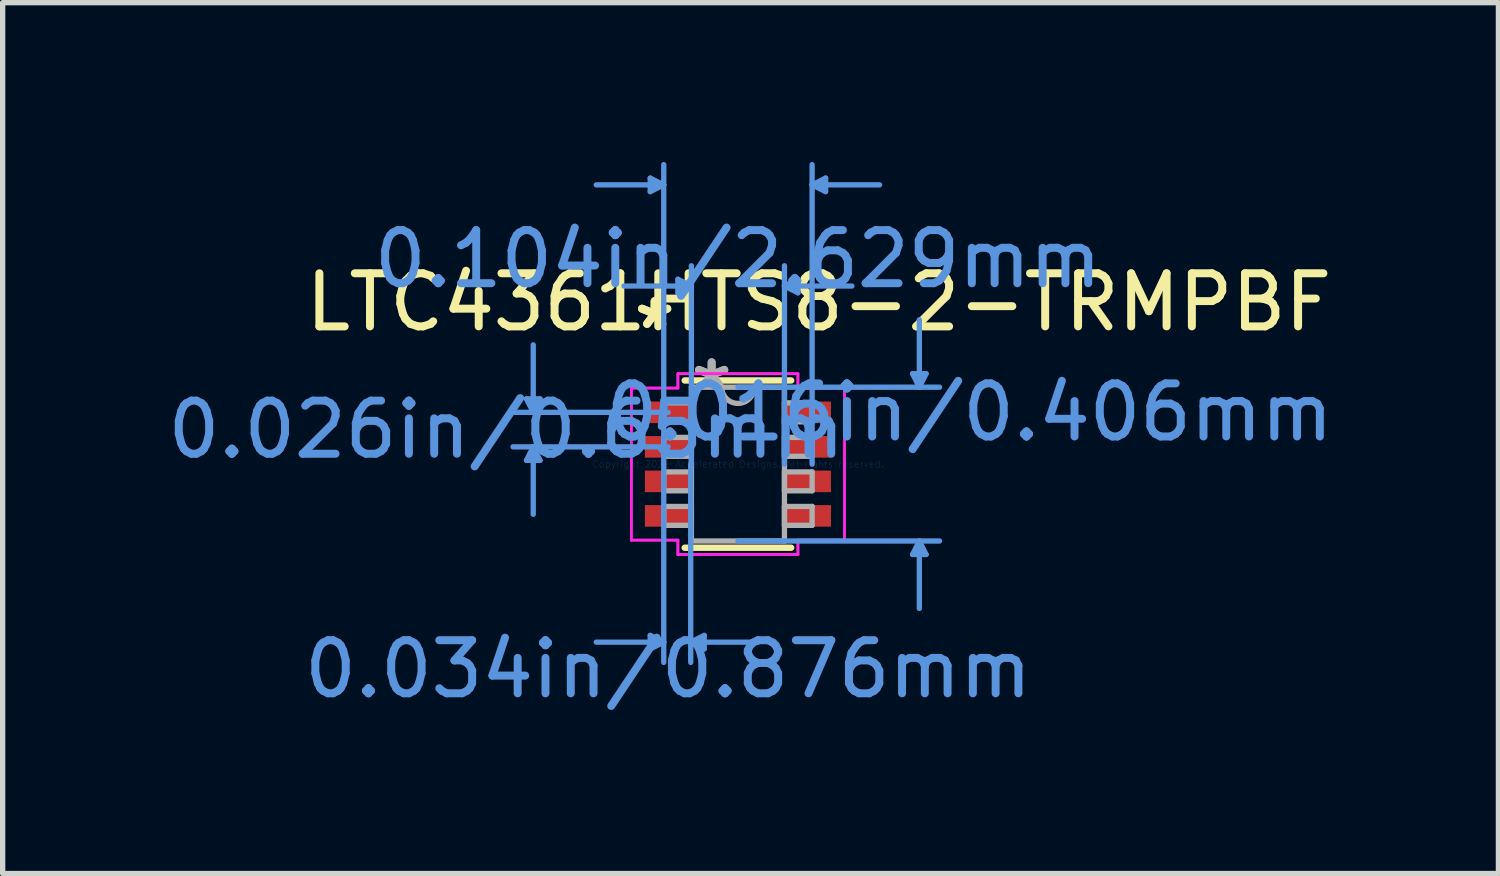
<source format=kicad_pcb>
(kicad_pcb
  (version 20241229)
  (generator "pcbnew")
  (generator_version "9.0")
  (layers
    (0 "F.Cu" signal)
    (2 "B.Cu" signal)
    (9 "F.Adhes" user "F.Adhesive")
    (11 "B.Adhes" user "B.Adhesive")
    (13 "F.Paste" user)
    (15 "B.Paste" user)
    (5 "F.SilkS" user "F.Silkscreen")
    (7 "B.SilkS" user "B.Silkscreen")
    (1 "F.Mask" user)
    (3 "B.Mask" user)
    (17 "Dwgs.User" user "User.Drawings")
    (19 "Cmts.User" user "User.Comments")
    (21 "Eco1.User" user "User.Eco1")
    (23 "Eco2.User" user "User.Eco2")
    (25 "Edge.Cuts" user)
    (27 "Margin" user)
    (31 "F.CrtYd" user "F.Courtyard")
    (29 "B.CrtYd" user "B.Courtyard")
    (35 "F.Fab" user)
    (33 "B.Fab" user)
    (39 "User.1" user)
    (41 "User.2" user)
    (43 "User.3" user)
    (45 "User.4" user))
  (footprint "LTC4361HTS8-2-TRMPBF"
    (layer "F.Cu")
    (at 10.845 5.689)
    (property "Reference" "LTC4361HTS8-2-TRMPBF" (at 1.524 -3.048 0) (layer "F.SilkS") (effects (font (size 1 1) (thickness 0.15))))
    (attr through_hole)
    (fp_line (start -1.003 1.575) (end 1.003 1.575) (stroke (width 0.12) (type solid)) (layer "F.SilkS"))
    (fp_line (start 1.003 -1.575) (end -1.003 -1.575) (stroke (width 0.12) (type solid)) (layer "F.SilkS"))
    (fp_line (start -3.981 -1.229) (end -3.727 -1.229) (stroke (width 0.1) (type solid)) (layer "Cmts.User"))
    (fp_line (start -3.981 -0.071) (end -3.727 -0.071) (stroke (width 0.1) (type solid)) (layer "Cmts.User"))
    (fp_line (start -3.854 -0.975) (end -3.981 -1.229) (stroke (width 0.1) (type solid)) (layer "Cmts.User"))
    (fp_line (start -3.854 -0.975) (end -3.854 -2.245) (stroke (width 0.1) (type solid)) (layer "Cmts.User"))
    (fp_line (start -3.854 -0.975) (end -3.727 -1.229) (stroke (width 0.1) (type solid)) (layer "Cmts.User"))
    (fp_line (start -3.854 -0.325) (end -3.981 -0.071) (stroke (width 0.1) (type solid)) (layer "Cmts.User"))
    (fp_line (start -3.854 -0.325) (end -3.854 0.945) (stroke (width 0.1) (type solid)) (layer "Cmts.User"))
    (fp_line (start -3.854 -0.325) (end -3.727 -0.071) (stroke (width 0.1) (type solid)) (layer "Cmts.User"))
    (fp_line (start -1.651 -5.385) (end -1.651 -5.131) (stroke (width 0.1) (type solid)) (layer "Cmts.User"))
    (fp_line (start -1.651 3.226) (end -1.651 3.48) (stroke (width 0.1) (type solid)) (layer "Cmts.User"))
    (fp_line (start -1.397 -5.258) (end -2.667 -5.258) (stroke (width 0.1) (type solid)) (layer "Cmts.User"))
    (fp_line (start -1.397 -5.258) (end -1.651 -5.385) (stroke (width 0.1) (type solid)) (layer "Cmts.User"))
    (fp_line (start -1.397 -5.258) (end -1.651 -5.131) (stroke (width 0.1) (type solid)) (layer "Cmts.User"))
    (fp_line (start -1.397 0) (end -1.397 -5.639) (stroke (width 0.1) (type solid)) (layer "Cmts.User"))
    (fp_line (start -1.397 0) (end -1.397 3.734) (stroke (width 0.1) (type solid)) (layer "Cmts.User"))
    (fp_line (start -1.397 3.353) (end -2.667 3.353) (stroke (width 0.1) (type solid)) (layer "Cmts.User"))
    (fp_line (start -1.397 3.353) (end -1.651 3.226) (stroke (width 0.1) (type solid)) (layer "Cmts.User"))
    (fp_line (start -1.397 3.353) (end -1.651 3.48) (stroke (width 0.1) (type solid)) (layer "Cmts.User"))
    (fp_line (start -1.314 -0.975) (end -4.235 -0.975) (stroke (width 0.1) (type solid)) (layer "Cmts.User"))
    (fp_line (start -1.314 -0.325) (end -4.235 -0.325) (stroke (width 0.1) (type solid)) (layer "Cmts.User"))
    (fp_line (start -1.13 -3.48) (end -1.13 -3.226) (stroke (width 0.1) (type solid)) (layer "Cmts.User"))
    (fp_line (start -0.889 0) (end -0.889 3.734) (stroke (width 0.1) (type solid)) (layer "Cmts.User"))
    (fp_line (start -0.889 3.353) (end -0.635 3.226) (stroke (width 0.1) (type solid)) (layer "Cmts.User"))
    (fp_line (start -0.889 3.353) (end -0.635 3.48) (stroke (width 0.1) (type solid)) (layer "Cmts.User"))
    (fp_line (start -0.889 3.353) (end 0.381 3.353) (stroke (width 0.1) (type solid)) (layer "Cmts.User"))
    (fp_line (start -0.876 -3.353) (end -2.146 -3.353) (stroke (width 0.1) (type solid)) (layer "Cmts.User"))
    (fp_line (start -0.876 -3.353) (end -1.13 -3.48) (stroke (width 0.1) (type solid)) (layer "Cmts.User"))
    (fp_line (start -0.876 -3.353) (end -1.13 -3.226) (stroke (width 0.1) (type solid)) (layer "Cmts.User"))
    (fp_line (start -0.876 0) (end -0.876 -3.734) (stroke (width 0.1) (type solid)) (layer "Cmts.User"))
    (fp_line (start -0.635 3.226) (end -0.635 3.48) (stroke (width 0.1) (type solid)) (layer "Cmts.User"))
    (fp_line (start 0 -1.448) (end 3.797 -1.448) (stroke (width 0.1) (type solid)) (layer "Cmts.User"))
    (fp_line (start 0 1.448) (end 3.797 1.448) (stroke (width 0.1) (type solid)) (layer "Cmts.User"))
    (fp_line (start 0.876 -3.353) (end 1.13 -3.48) (stroke (width 0.1) (type solid)) (layer "Cmts.User"))
    (fp_line (start 0.876 -3.353) (end 1.13 -3.226) (stroke (width 0.1) (type solid)) (layer "Cmts.User"))
    (fp_line (start 0.876 -3.353) (end 2.146 -3.353) (stroke (width 0.1) (type solid)) (layer "Cmts.User"))
    (fp_line (start 0.876 0) (end 0.876 -3.734) (stroke (width 0.1) (type solid)) (layer "Cmts.User"))
    (fp_line (start 1.13 -3.48) (end 1.13 -3.226) (stroke (width 0.1) (type solid)) (layer "Cmts.User"))
    (fp_line (start 1.397 -5.258) (end 1.651 -5.385) (stroke (width 0.1) (type solid)) (layer "Cmts.User"))
    (fp_line (start 1.397 -5.258) (end 1.651 -5.131) (stroke (width 0.1) (type solid)) (layer "Cmts.User"))
    (fp_line (start 1.397 -5.258) (end 2.667 -5.258) (stroke (width 0.1) (type solid)) (layer "Cmts.User"))
    (fp_line (start 1.397 0) (end 1.397 -5.639) (stroke (width 0.1) (type solid)) (layer "Cmts.User"))
    (fp_line (start 1.651 -5.385) (end 1.651 -5.131) (stroke (width 0.1) (type solid)) (layer "Cmts.User"))
    (fp_line (start 3.289 -1.702) (end 3.543 -1.702) (stroke (width 0.1) (type solid)) (layer "Cmts.User"))
    (fp_line (start 3.289 1.702) (end 3.543 1.702) (stroke (width 0.1) (type solid)) (layer "Cmts.User"))
    (fp_line (start 3.416 -1.448) (end 3.289 -1.702) (stroke (width 0.1) (type solid)) (layer "Cmts.User"))
    (fp_line (start 3.416 -1.448) (end 3.416 -2.718) (stroke (width 0.1) (type solid)) (layer "Cmts.User"))
    (fp_line (start 3.416 -1.448) (end 3.543 -1.702) (stroke (width 0.1) (type solid)) (layer "Cmts.User"))
    (fp_line (start 3.416 1.448) (end 3.289 1.702) (stroke (width 0.1) (type solid)) (layer "Cmts.User"))
    (fp_line (start 3.416 1.448) (end 3.416 2.718) (stroke (width 0.1) (type solid)) (layer "Cmts.User"))
    (fp_line (start 3.416 1.448) (end 3.543 1.702) (stroke (width 0.1) (type solid)) (layer "Cmts.User"))
    (fp_line (start -2.007 -1.432) (end -1.13 -1.432) (stroke (width 0.05) (type solid)) (layer "F.CrtYd"))
    (fp_line (start -2.007 -1.432) (end -1.13 -1.432) (stroke (width 0.05) (type solid)) (layer "F.CrtYd"))
    (fp_line (start -2.007 1.432) (end -2.007 -1.432) (stroke (width 0.05) (type solid)) (layer "F.CrtYd"))
    (fp_line (start -2.007 1.432) (end -2.007 -1.432) (stroke (width 0.05) (type solid)) (layer "F.CrtYd"))
    (fp_line (start -2.007 1.432) (end -1.13 1.432) (stroke (width 0.05) (type solid)) (layer "F.CrtYd"))
    (fp_line (start -1.13 -1.702) (end 1.13 -1.702) (stroke (width 0.05) (type solid)) (layer "F.CrtYd"))
    (fp_line (start -1.13 -1.702) (end 1.13 -1.702) (stroke (width 0.05) (type solid)) (layer "F.CrtYd"))
    (fp_line (start -1.13 -1.432) (end -1.13 -1.702) (stroke (width 0.05) (type solid)) (layer "F.CrtYd"))
    (fp_line (start -1.13 -1.432) (end -1.13 -1.702) (stroke (width 0.05) (type solid)) (layer "F.CrtYd"))
    (fp_line (start -1.13 1.432) (end -2.007 1.432) (stroke (width 0.05) (type solid)) (layer "F.CrtYd"))
    (fp_line (start -1.13 1.702) (end -1.13 1.432) (stroke (width 0.05) (type solid)) (layer "F.CrtYd"))
    (fp_line (start -1.13 1.702) (end -1.13 1.432) (stroke (width 0.05) (type solid)) (layer "F.CrtYd"))
    (fp_line (start 1.13 -1.702) (end 1.13 -1.432) (stroke (width 0.05) (type solid)) (layer "F.CrtYd"))
    (fp_line (start 1.13 -1.702) (end 1.13 -1.432) (stroke (width 0.05) (type solid)) (layer "F.CrtYd"))
    (fp_line (start 1.13 -1.432) (end 2.007 -1.432) (stroke (width 0.05) (type solid)) (layer "F.CrtYd"))
    (fp_line (start 1.13 1.432) (end 1.13 1.702) (stroke (width 0.05) (type solid)) (layer "F.CrtYd"))
    (fp_line (start 1.13 1.432) (end 1.13 1.702) (stroke (width 0.05) (type solid)) (layer "F.CrtYd"))
    (fp_line (start 1.13 1.702) (end -1.13 1.702) (stroke (width 0.05) (type solid)) (layer "F.CrtYd"))
    (fp_line (start 1.13 1.702) (end -1.13 1.702) (stroke (width 0.05) (type solid)) (layer "F.CrtYd"))
    (fp_line (start 2.007 -1.432) (end 1.13 -1.432) (stroke (width 0.05) (type solid)) (layer "F.CrtYd"))
    (fp_line (start 2.007 -1.432) (end 2.007 1.432) (stroke (width 0.05) (type solid)) (layer "F.CrtYd"))
    (fp_line (start 2.007 -1.432) (end 2.007 1.432) (stroke (width 0.05) (type solid)) (layer "F.CrtYd"))
    (fp_line (start 2.007 1.432) (end 1.13 1.432) (stroke (width 0.05) (type solid)) (layer "F.CrtYd"))
    (fp_line (start 2.007 1.432) (end 1.13 1.432) (stroke (width 0.05) (type solid)) (layer "F.CrtYd"))
    (fp_line (start -1.397 -1.153) (end -1.397 -0.797) (stroke (width 0.1) (type solid)) (layer "F.Fab"))
    (fp_line (start -1.397 -0.797) (end -0.876 -0.797) (stroke (width 0.1) (type solid)) (layer "F.Fab"))
    (fp_line (start -1.397 -0.503) (end -1.397 -0.147) (stroke (width 0.1) (type solid)) (layer "F.Fab"))
    (fp_line (start -1.397 -0.147) (end -0.876 -0.147) (stroke (width 0.1) (type solid)) (layer "F.Fab"))
    (fp_line (start -1.397 0.147) (end -1.397 0.503) (stroke (width 0.1) (type solid)) (layer "F.Fab"))
    (fp_line (start -1.397 0.503) (end -0.876 0.503) (stroke (width 0.1) (type solid)) (layer "F.Fab"))
    (fp_line (start -1.397 0.797) (end -1.397 1.153) (stroke (width 0.1) (type solid)) (layer "F.Fab"))
    (fp_line (start -1.397 1.153) (end -0.876 1.153) (stroke (width 0.1) (type solid)) (layer "F.Fab"))
    (fp_line (start -0.876 -1.448) (end -0.876 1.448) (stroke (width 0.1) (type solid)) (layer "F.Fab"))
    (fp_line (start -0.876 -1.153) (end -1.397 -1.153) (stroke (width 0.1) (type solid)) (layer "F.Fab"))
    (fp_line (start -0.876 -0.797) (end -0.876 -1.153) (stroke (width 0.1) (type solid)) (layer "F.Fab"))
    (fp_line (start -0.876 -0.503) (end -1.397 -0.503) (stroke (width 0.1) (type solid)) (layer "F.Fab"))
    (fp_line (start -0.876 -0.147) (end -0.876 -0.503) (stroke (width 0.1) (type solid)) (layer "F.Fab"))
    (fp_line (start -0.876 0.147) (end -1.397 0.147) (stroke (width 0.1) (type solid)) (layer "F.Fab"))
    (fp_line (start -0.876 0.503) (end -0.876 0.147) (stroke (width 0.1) (type solid)) (layer "F.Fab"))
    (fp_line (start -0.876 0.797) (end -1.397 0.797) (stroke (width 0.1) (type solid)) (layer "F.Fab"))
    (fp_line (start -0.876 1.153) (end -0.876 0.797) (stroke (width 0.1) (type solid)) (layer "F.Fab"))
    (fp_line (start -0.876 1.448) (end 0.876 1.448) (stroke (width 0.1) (type solid)) (layer "F.Fab"))
    (fp_line (start 0.876 -1.448) (end -0.876 -1.448) (stroke (width 0.1) (type solid)) (layer "F.Fab"))
    (fp_line (start 0.876 -1.153) (end 0.876 -0.797) (stroke (width 0.1) (type solid)) (layer "F.Fab"))
    (fp_line (start 0.876 -0.797) (end 1.397 -0.797) (stroke (width 0.1) (type solid)) (layer "F.Fab"))
    (fp_line (start 0.876 -0.503) (end 0.876 -0.147) (stroke (width 0.1) (type solid)) (layer "F.Fab"))
    (fp_line (start 0.876 -0.147) (end 1.397 -0.147) (stroke (width 0.1) (type solid)) (layer "F.Fab"))
    (fp_line (start 0.876 0.147) (end 0.876 0.503) (stroke (width 0.1) (type solid)) (layer "F.Fab"))
    (fp_line (start 0.876 0.503) (end 1.397 0.503) (stroke (width 0.1) (type solid)) (layer "F.Fab"))
    (fp_line (start 0.876 0.797) (end 0.876 1.153) (stroke (width 0.1) (type solid)) (layer "F.Fab"))
    (fp_line (start 0.876 1.153) (end 1.397 1.153) (stroke (width 0.1) (type solid)) (layer "F.Fab"))
    (fp_line (start 0.876 1.448) (end 0.876 -1.448) (stroke (width 0.1) (type solid)) (layer "F.Fab"))
    (fp_line (start 1.397 -1.153) (end 0.876 -1.153) (stroke (width 0.1) (type solid)) (layer "F.Fab"))
    (fp_line (start 1.397 -0.797) (end 1.397 -1.153) (stroke (width 0.1) (type solid)) (layer "F.Fab"))
    (fp_line (start 1.397 -0.503) (end 0.876 -0.503) (stroke (width 0.1) (type solid)) (layer "F.Fab"))
    (fp_line (start 1.397 -0.147) (end 1.397 -0.503) (stroke (width 0.1) (type solid)) (layer "F.Fab"))
    (fp_line (start 1.397 0.147) (end 0.876 0.147) (stroke (width 0.1) (type solid)) (layer "F.Fab"))
    (fp_line (start 1.397 0.503) (end 1.397 0.147) (stroke (width 0.1) (type solid)) (layer "F.Fab"))
    (fp_line (start 1.397 0.797) (end 0.876 0.797) (stroke (width 0.1) (type solid)) (layer "F.Fab"))
    (fp_line (start 1.397 1.153) (end 1.397 0.797) (stroke (width 0.1) (type solid)) (layer "F.Fab"))
    (fp_arc (start 0.3048 -1.4478) (mid 0 -1.143) (end -0.3048 -1.4478) (stroke (width 0.1) (type solid)) (layer "F.Fab"))
    (fp_text user "*" (at -1.568 -2.524 0) (layer "F.SilkS") (effects (font (size 1 1) (thickness 0.15))))
    (fp_text user "*" (at -1.568 -2.524 0) (layer "F.SilkS") (effects (font (size 1 1) (thickness 0.15))))
    (fp_text user "Copyright 2021 Accelerated Designs. All rights reserved." (at 0 0 0) (layer "Cmts.User") (effects (font (size 0.127 0.127) (thickness 0.002))))
    (fp_text user "0.104in/2.629mm" (at 0 -3.861 0) (layer "Cmts.User") (effects (font (size 1 1) (thickness 0.15))))
    (fp_text user "0.034in/0.876mm" (at -1.314 3.861 0) (layer "Cmts.User") (effects (font (size 1 1) (thickness 0.15))))
    (fp_text user "0.026in/0.65mm" (at -4.362 -0.65 0) (layer "Cmts.User") (effects (font (size 1 1) (thickness 0.15))))
    (fp_text user "0.016in/0.406mm" (at 4.362 -0.975 0) (layer "Cmts.User") (effects (font (size 1 1) (thickness 0.15))))
    (fp_text user "*" (at -0.495 -1.372 0) (layer "F.Fab") (effects (font (size 1 1) (thickness 0.15))))
    (fp_text user "*" (at -0.495 -1.372 0) (layer "F.Fab") (effects (font (size 1 1) (thickness 0.15))))
    (pad "1" smd rect (at -1.314 -0.975) (size 0.876 0.406) (layers "F.Cu" "F.Mask" "F.Paste"))
    (pad "2" smd rect (at -1.314 -0.325) (size 0.876 0.406) (layers "F.Cu" "F.Mask" "F.Paste"))
    (pad "3" smd rect (at -1.314 0.325) (size 0.876 0.406) (layers "F.Cu" "F.Mask" "F.Paste"))
    (pad "4" smd rect (at -1.314 0.975) (size 0.876 0.406) (layers "F.Cu" "F.Mask" "F.Paste"))
    (pad "5" smd rect (at 1.314 0.975) (size 0.876 0.406) (layers "F.Cu" "F.Mask" "F.Paste"))
    (pad "6" smd rect (at 1.314 0.325) (size 0.876 0.406) (layers "F.Cu" "F.Mask" "F.Paste"))
    (pad "7" smd rect (at 1.314 -0.325) (size 0.876 0.406) (layers "F.Cu" "F.Mask" "F.Paste"))
    (pad "8" smd rect (at 1.314 -0.975) (size 0.876 0.406) (layers "F.Cu" "F.Mask" "F.Paste")))
  (gr_rect
    (start -3 -3)
    (end 25.165 13.398)
    (stroke (width 0.1) (type default))
    (fill no)
    (layer "Edge.Cuts")))
</source>
